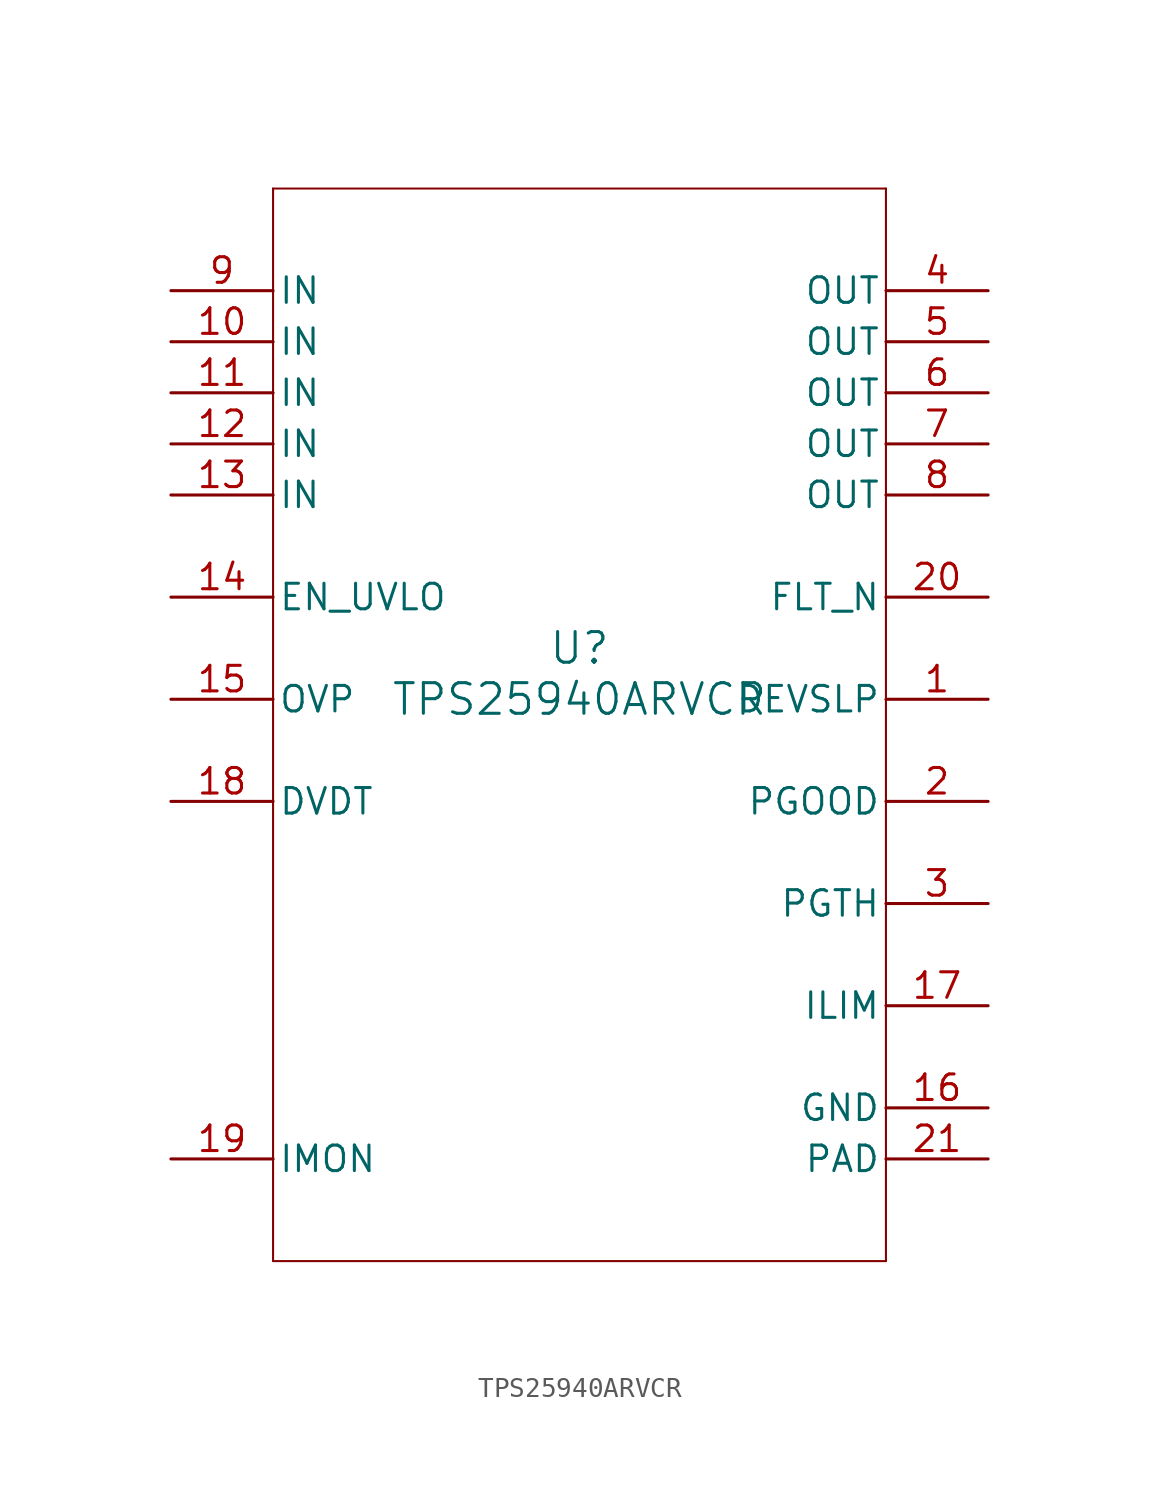
<source format=kicad_sym>
(kicad_symbol_lib
  (version 20211014)
  (generator kicad_symbol_editor)
  (symbol "TPS25940ARVCR"
    (pin_names
      (offset 0.254))
    (property "Reference" "U"
      (at 0 2.54 0)
      (effects (font (size 1.524 1.524))))
    (property "Value" "TPS25940ARVCR"
      (at 0 0 0)
      (effects (font (size 1.524 1.524))))
    (symbol "TPS25940ARVCR_0_1"
      (polyline (pts (xy -15.24 -27.94) (xy 15.24 -27.94)) (stroke (width 0.102) (type default) (color 0 0 0 0)) (fill (type none)))
      (polyline (pts (xy 15.24 -27.94) (xy 15.24 25.4)) (stroke (width 0.102) (type default) (color 0 0 0 0)) (fill (type none)))
      (polyline (pts (xy 15.24 25.4) (xy -15.24 25.4)) (stroke (width 0.102) (type default) (color 0 0 0 0)) (fill (type none)))
      (polyline (pts (xy -15.24 25.4) (xy -15.24 -27.94)) (stroke (width 0.102) (type default) (color 0 0 0 0)) (fill (type none)))
      (pin input line (at 20.32 0 180) (length 5.08) (name "DEVSLP" (effects (font (size 1.27 1.27)))) (number "1" (effects (font (size 1.27 1.27)))))
      (pin output line (at 20.32 -5.08 180) (length 5.08) (name "PGOOD" (effects (font (size 1.27 1.27)))) (number "2" (effects (font (size 1.27 1.27)))))
      (pin input line (at 20.32 -10.16 180) (length 5.08) (name "PGTH" (effects (font (size 1.27 1.27)))) (number "3" (effects (font (size 1.27 1.27)))))
      (pin power_in line (at 20.32 20.32 180) (length 5.08) (name "OUT" (effects (font (size 1.27 1.27)))) (number "4" (effects (font (size 1.27 1.27)))))
      (pin power_in line (at 20.32 17.78 180) (length 5.08) (name "OUT" (effects (font (size 1.27 1.27)))) (number "5" (effects (font (size 1.27 1.27)))))
      (pin power_in line (at 20.32 15.24 180) (length 5.08) (name "OUT" (effects (font (size 1.27 1.27)))) (number "6" (effects (font (size 1.27 1.27)))))
      (pin power_in line (at 20.32 12.7 180) (length 5.08) (name "OUT" (effects (font (size 1.27 1.27)))) (number "7" (effects (font (size 1.27 1.27)))))
      (pin power_in line (at 20.32 10.16 180) (length 5.08) (name "OUT" (effects (font (size 1.27 1.27)))) (number "8" (effects (font (size 1.27 1.27)))))
      (pin power_in line (at -20.32 20.32 0) (length 5.08) (name "IN" (effects (font (size 1.27 1.27)))) (number "9" (effects (font (size 1.27 1.27)))))
      (pin power_in line (at -20.32 17.78 0) (length 5.08) (name "IN" (effects (font (size 1.27 1.27)))) (number "10" (effects (font (size 1.27 1.27)))))
      (pin power_in line (at -20.32 15.24 0) (length 5.08) (name "IN" (effects (font (size 1.27 1.27)))) (number "11" (effects (font (size 1.27 1.27)))))
      (pin power_in line (at -20.32 12.7 0) (length 5.08) (name "IN" (effects (font (size 1.27 1.27)))) (number "12" (effects (font (size 1.27 1.27)))))
      (pin power_in line (at -20.32 10.16 0) (length 5.08) (name "IN" (effects (font (size 1.27 1.27)))) (number "13" (effects (font (size 1.27 1.27)))))
      (pin input line (at -20.32 5.08 0) (length 5.08) (name "EN_UVLO" (effects (font (size 1.27 1.27)))) (number "14" (effects (font (size 1.27 1.27)))))
      (pin input line (at -20.32 0 0) (length 5.08) (name "OVP" (effects (font (size 1.27 1.27)))) (number "15" (effects (font (size 1.27 1.27)))))
      (pin power_in line (at 20.32 -20.32 180) (length 5.08) (name "GND" (effects (font (size 1.27 1.27)))) (number "16" (effects (font (size 1.27 1.27)))))
      (pin input line (at 20.32 -15.24 180) (length 5.08) (name "ILIM" (effects (font (size 1.27 1.27)))) (number "17" (effects (font (size 1.27 1.27)))))
      (pin input line (at -20.32 -5.08 0) (length 5.08) (name "DVDT" (effects (font (size 1.27 1.27)))) (number "18" (effects (font (size 1.27 1.27)))))
      (pin output line (at -20.32 -22.86 0) (length 5.08) (name "IMON" (effects (font (size 1.27 1.27)))) (number "19" (effects (font (size 1.27 1.27)))))
      (pin output line (at 20.32 5.08 180) (length 5.08) (name "FLT_N" (effects (font (size 1.27 1.27)))) (number "20" (effects (font (size 1.27 1.27)))))
      (pin power_in line (at 20.32 -22.86 180) (length 5.08) (name "PAD" (effects (font (size 1.27 1.27)))) (number "21" (effects (font (size 1.27 1.27))))))))
</source>
